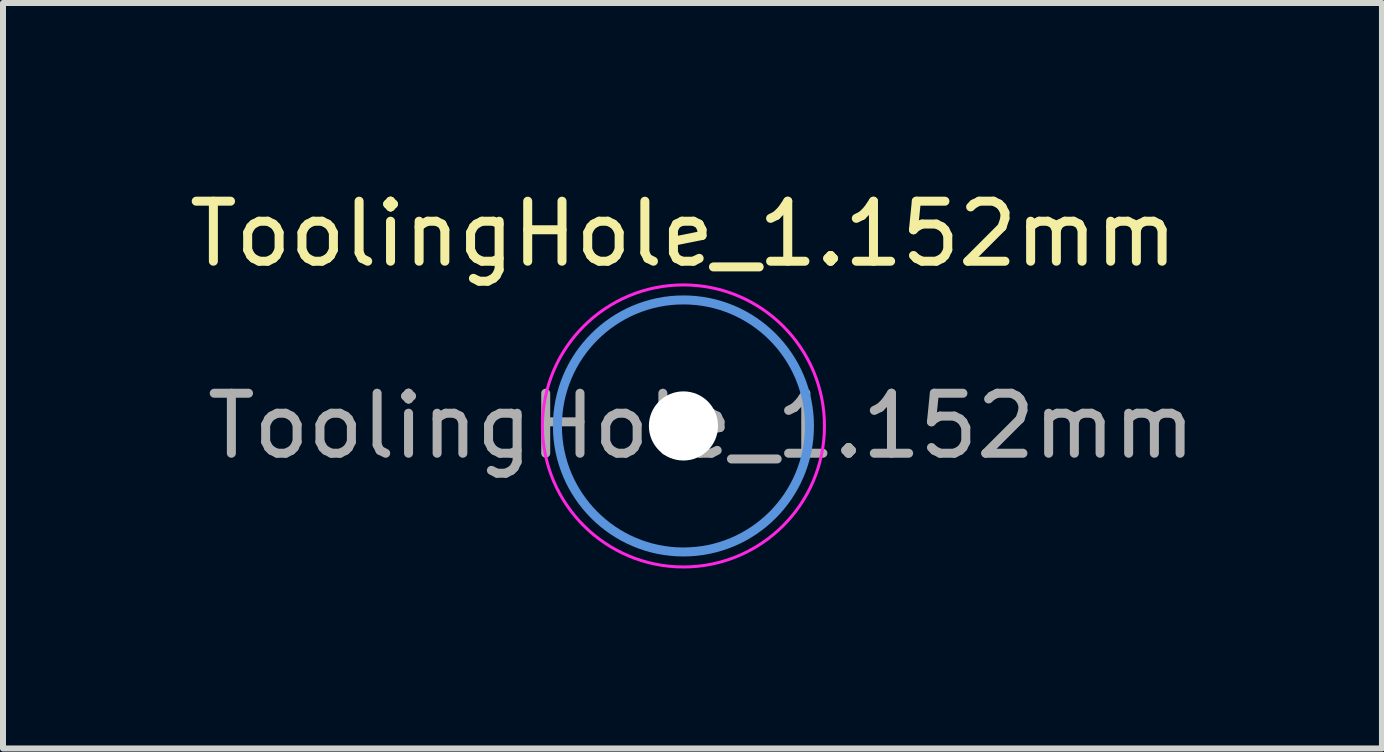
<source format=kicad_pcb>
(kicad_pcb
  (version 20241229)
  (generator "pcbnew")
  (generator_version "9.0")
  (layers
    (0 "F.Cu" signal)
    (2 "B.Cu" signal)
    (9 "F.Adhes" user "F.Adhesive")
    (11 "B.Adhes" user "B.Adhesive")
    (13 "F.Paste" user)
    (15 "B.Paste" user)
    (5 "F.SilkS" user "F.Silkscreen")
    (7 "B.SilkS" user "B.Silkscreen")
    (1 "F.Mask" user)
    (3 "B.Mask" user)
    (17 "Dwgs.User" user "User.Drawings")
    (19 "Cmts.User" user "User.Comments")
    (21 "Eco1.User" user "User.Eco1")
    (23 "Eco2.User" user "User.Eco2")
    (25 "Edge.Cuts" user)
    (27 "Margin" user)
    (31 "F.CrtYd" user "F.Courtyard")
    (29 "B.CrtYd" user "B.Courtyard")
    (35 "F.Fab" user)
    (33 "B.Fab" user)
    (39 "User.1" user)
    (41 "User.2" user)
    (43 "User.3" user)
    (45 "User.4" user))
  (footprint "ToolingHole_1.152mm"
    (layer "F.Cu")
    (at 8.339 4.048)
    (property "Reference" "ToolingHole_1.152mm" (at 0 -3.2 0) (layer "F.SilkS") (effects (font (size 1 1) (thickness 0.15))))
    (attr exclude_from_pos_files exclude_from_bom)
    (fp_circle (center 0 0) (end 2.1 0) (stroke (width 0.15) (type solid)) (fill no) (layer "Cmts.User"))
    (fp_circle (center 0 0) (end 2.35 0) (stroke (width 0.05) (type solid)) (fill no) (layer "F.CrtYd"))
    (fp_text user "${REFERENCE}" (at 0.3 0 0) (layer "F.Fab") (effects (font (size 1 1) (thickness 0.15))))
    (pad "" np_thru_hole circle (at 0 0) (size 1.152 1.152) (drill 1.152) (layers "*.Cu" "*.Mask")))
  (gr_rect
    (start -3 -3)
    (end 19.979 9.423)
    (stroke (width 0.1) (type default))
    (fill no)
    (layer "Edge.Cuts")))
</source>
